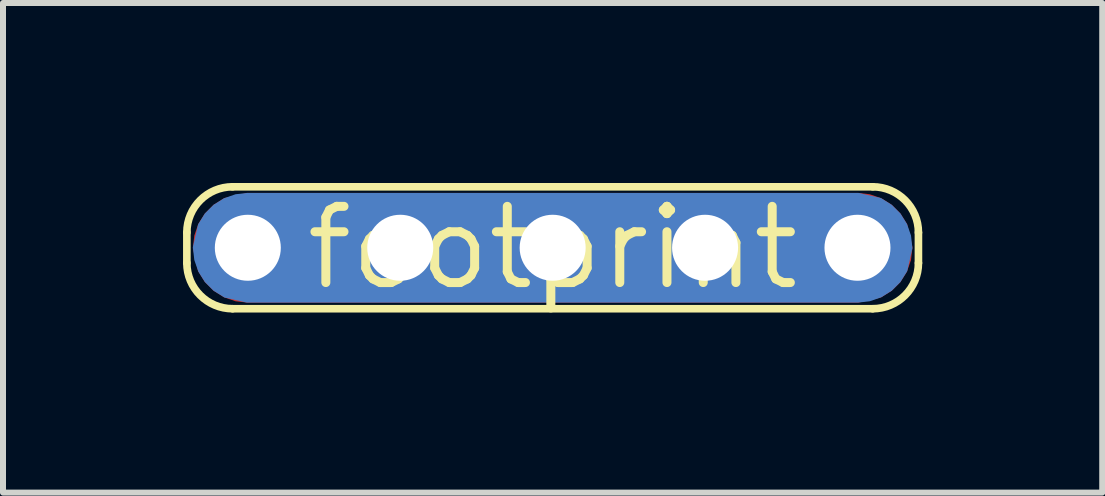
<source format=kicad_pcb>
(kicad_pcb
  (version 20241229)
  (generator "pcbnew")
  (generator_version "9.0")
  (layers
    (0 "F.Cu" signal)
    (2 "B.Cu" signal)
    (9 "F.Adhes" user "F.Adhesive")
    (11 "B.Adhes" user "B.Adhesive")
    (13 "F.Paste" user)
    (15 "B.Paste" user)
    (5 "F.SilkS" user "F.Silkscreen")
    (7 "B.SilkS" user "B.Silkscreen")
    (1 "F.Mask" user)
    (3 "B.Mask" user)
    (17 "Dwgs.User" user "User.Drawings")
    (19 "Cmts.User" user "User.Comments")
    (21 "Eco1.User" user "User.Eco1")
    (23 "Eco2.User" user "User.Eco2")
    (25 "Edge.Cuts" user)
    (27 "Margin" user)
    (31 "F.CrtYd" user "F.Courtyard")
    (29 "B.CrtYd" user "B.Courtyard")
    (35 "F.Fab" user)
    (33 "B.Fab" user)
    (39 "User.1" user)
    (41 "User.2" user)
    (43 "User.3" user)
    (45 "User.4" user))
  (footprint "footprint"
    (layer "F.Cu")
    (at 6.16 1.079)
    (property "Reference" "footprint" (at 0 0 0) (layer "F.SilkS") (effects (font (size 1.27 1.27) (thickness 0.15))))
    (fp_poly (pts (xy 5.284 -0.892) (xy 5.477 -0.825) (xy 5.651 -0.716) (xy 5.796 -0.571) (xy 5.909 -0.39) (xy 5.996 -0.009) (xy 5.972 0.204) (xy 5.905 0.397) (xy 5.796 0.571) (xy 5.651 0.716) (xy 5.47 0.829) (xy 5.097 0.914) (xy -5.089 0.914) (xy -5.284 0.892) (xy -5.477 0.825) (xy -5.651 0.716) (xy -5.796 0.571) (xy -5.909 0.39) (xy -5.996 0.009) (xy -5.972 -0.204) (xy -5.905 -0.397) (xy -5.796 -0.571) (xy -5.651 -0.716) (xy -5.47 -0.829) (xy -5.097 -0.914) (xy 5.089 -0.914)) (stroke (width 0) (type solid)) (fill yes) (layer "F.Cu"))
    (fp_poly (pts (xy 5.562 -0.873) (xy 5.722 -0.773) (xy 5.853 -0.642) (xy 5.951 -0.485) (xy 6.012 -0.311) (xy 6.026 -0.191) (xy 6.032 -0.191) (xy 6.032 0.134) (xy 5.953 0.482) (xy 5.853 0.642) (xy 5.722 0.773) (xy 5.565 0.871) (xy 5.391 0.932) (xy 5.271 0.946) (xy 5.271 0.953) (xy -5.214 0.953) (xy -5.562 0.873) (xy -5.722 0.773) (xy -5.853 0.642) (xy -5.951 0.485) (xy -6.012 0.311) (xy -6.032 0.134) (xy -5.969 0.127) (xy -5.905 0.127) (xy -5.905 0.064) (xy -6.032 0.064) (xy -6.032 -0.134) (xy -5.953 -0.482) (xy -5.853 -0.642) (xy -5.722 -0.773) (xy -5.565 -0.871) (xy -5.391 -0.932) (xy -5.214 -0.952) (xy -5.207 -0.889) (xy -5.207 -0.826) (xy -5.144 -0.826) (xy -5.144 -0.953) (xy 5.214 -0.953)) (stroke (width 0) (type solid)) (fill yes) (layer "F.Mask"))
    (fp_poly (pts (xy 5.47 -0.829) (xy 5.651 -0.716) (xy 5.796 -0.571) (xy 5.905 -0.397) (xy 5.972 -0.204) (xy 5.996 0.009) (xy 5.909 0.39) (xy 5.796 0.571) (xy 5.651 0.716) (xy 5.477 0.825) (xy 5.284 0.892) (xy 5.089 0.914) (xy -5.097 0.914) (xy -5.47 0.829) (xy -5.651 0.716) (xy -5.796 0.571) (xy -5.905 0.397) (xy -5.972 0.204) (xy -5.996 -0.009) (xy -5.909 -0.39) (xy -5.796 -0.571) (xy -5.651 -0.716) (xy -5.477 -0.825) (xy -5.284 -0.892) (xy -5.089 -0.914) (xy 5.097 -0.914)) (stroke (width 0) (type solid)) (fill yes) (layer "B.Cu"))
    (fp_poly (pts (xy 5.271 -0.946) (xy 5.391 -0.932) (xy 5.565 -0.871) (xy 5.722 -0.773) (xy 5.853 -0.642) (xy 5.953 -0.482) (xy 6.032 -0.134) (xy 6.032 0.064) (xy 5.905 0.064) (xy 5.905 0.127) (xy 5.969 0.127) (xy 6.032 0.134) (xy 6.012 0.311) (xy 5.951 0.485) (xy 5.853 0.642) (xy 5.722 0.773) (xy 5.562 0.873) (xy 5.214 0.953) (xy -5.144 0.953) (xy -5.144 0.826) (xy -5.207 0.826) (xy -5.207 0.889) (xy -5.214 0.952) (xy -5.391 0.932) (xy -5.565 0.871) (xy -5.722 0.773) (xy -5.853 0.642) (xy -5.953 0.482) (xy -6.032 0.134) (xy -6.032 -0.191) (xy -6.026 -0.191) (xy -6.012 -0.311) (xy -5.951 -0.485) (xy -5.853 -0.642) (xy -5.722 -0.773) (xy -5.562 -0.873) (xy -5.214 -0.953) (xy 5.271 -0.953)) (stroke (width 0) (type solid)) (fill yes) (layer "B.Mask"))
    (fp_line (start -6.096 0.254) (end -6.096 -0.254) (stroke (width 0.127) (type solid)) (layer "F.SilkS"))
    (fp_line (start -5.334 -1.016) (end 5.334 -1.016) (stroke (width 0.127) (type solid)) (layer "F.SilkS"))
    (fp_line (start 5.334 1.016) (end -5.334 1.016) (stroke (width 0.127) (type solid)) (layer "F.SilkS"))
    (fp_line (start 6.096 -0.254) (end 6.096 0.254) (stroke (width 0.127) (type solid)) (layer "F.SilkS"))
    (fp_arc (start -6.096 -0.254) (mid -5.872815 -0.792815) (end -5.333999 -1.015999) (stroke (width 0.127) (type solid)) (layer "F.SilkS"))
    (fp_arc (start -5.334 1.016) (mid -5.872816 0.792815) (end -6.096001 0.253999) (stroke (width 0.127) (type solid)) (layer "F.SilkS"))
    (fp_arc (start 5.334 -1.016) (mid 5.872816 -0.792815) (end 6.096001 -0.253999) (stroke (width 0.127) (type solid)) (layer "F.SilkS"))
    (fp_arc (start 6.096 0.254) (mid 5.872815 0.792815) (end 5.333999 1.015999) (stroke (width 0.127) (type solid)) (layer "F.SilkS"))
    (pad "" np_thru_hole circle (at -5.08 0) (size 1.1 1.1) (drill 1.1) (layers "*.Cu" "*.Mask"))
    (pad "" np_thru_hole circle (at -2.54 0) (size 1.1 1.1) (drill 1.1) (layers "*.Cu" "*.Mask"))
    (pad "" np_thru_hole circle (at 0 0) (size 1.1 1.1) (drill 1.1) (layers "*.Cu" "*.Mask"))
    (pad "" np_thru_hole circle (at 2.54 0) (size 1.1 1.1) (drill 1.1) (layers "*.Cu" "*.Mask"))
    (pad "" np_thru_hole circle (at 5.08 0) (size 1.1 1.1) (drill 1.1) (layers "*.Cu" "*.Mask")))
  (gr_rect
    (start -3 -3)
    (end 15.319 5.159)
    (stroke (width 0.1) (type default))
    (fill no)
    (layer "Edge.Cuts")))
</source>
